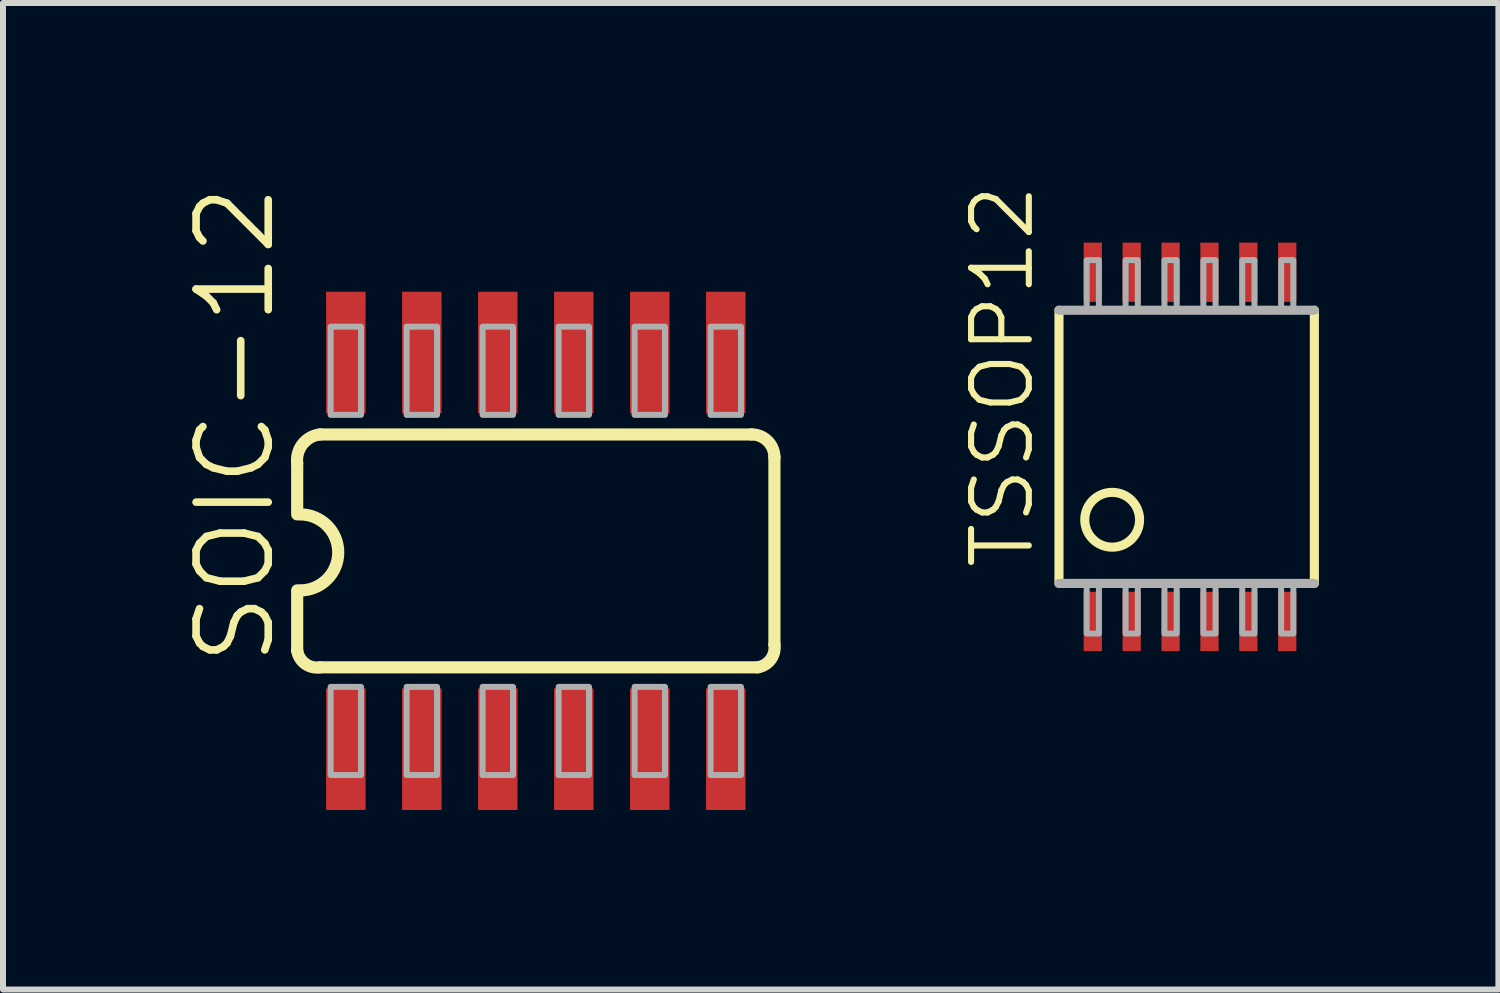
<source format=kicad_pcb>
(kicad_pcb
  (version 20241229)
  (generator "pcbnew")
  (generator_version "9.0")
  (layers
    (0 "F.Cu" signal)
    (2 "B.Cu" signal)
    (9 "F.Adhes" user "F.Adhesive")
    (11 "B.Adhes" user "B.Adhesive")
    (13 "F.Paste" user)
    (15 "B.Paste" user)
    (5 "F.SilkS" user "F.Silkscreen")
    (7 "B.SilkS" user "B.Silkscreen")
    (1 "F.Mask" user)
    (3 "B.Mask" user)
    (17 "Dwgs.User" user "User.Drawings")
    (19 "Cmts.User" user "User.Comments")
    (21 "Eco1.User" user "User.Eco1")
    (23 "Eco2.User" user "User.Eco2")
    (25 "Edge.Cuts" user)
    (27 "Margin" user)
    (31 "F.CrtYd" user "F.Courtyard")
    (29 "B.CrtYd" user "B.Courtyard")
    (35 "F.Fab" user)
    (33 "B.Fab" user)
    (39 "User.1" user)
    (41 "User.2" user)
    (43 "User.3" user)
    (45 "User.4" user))
  (footprint "SOIC-12"
    (layer "F.Cu")
    (at 5.905 6.157)
    (property "Reference" "SOIC-12" (at -4.318 1.968 90) (layer "F.SilkS") (effects (font (size 1.206 1.206) (thickness 0.127)) (justify left bottom)))
    (attr through_hole)
    (fp_line (start -3.988 -1.453) (end -3.988 -0.61) (stroke (width 0.203) (type solid)) (layer "F.SilkS"))
    (fp_line (start -3.988 1.665) (end -3.988 0.66) (stroke (width 0.203) (type solid)) (layer "F.SilkS"))
    (fp_line (start -3.607 1.946) (end 3.707 1.946) (stroke (width 0.203) (type solid)) (layer "F.SilkS"))
    (fp_line (start 3.607 -1.946) (end -3.607 -1.946) (stroke (width 0.203) (type solid)) (layer "F.SilkS"))
    (fp_line (start 3.988 1.565) (end 3.988 -1.565) (stroke (width 0.203) (type solid)) (layer "F.SilkS"))
    (fp_arc (start -3.9878 -1.4653) (mid -3.896948 -1.784731) (end -3.6068 -1.9463) (stroke (width 0.2032) (type solid)) (layer "F.SilkS"))
    (fp_arc (start -3.937 -0.6096) (mid -3.302 0.0254) (end -3.937 0.6604) (stroke (width 0.2032) (type solid)) (layer "F.SilkS"))
    (fp_arc (start -3.606799 1.946301) (mid -3.85554 1.884767) (end -3.9878 1.6653) (stroke (width 0.2032) (type solid)) (layer "F.SilkS"))
    (fp_arc (start 3.6068 -1.9463) (mid 3.876237 -1.834736) (end 3.9878 -1.565298) (stroke (width 0.2032) (type solid)) (layer "F.SilkS"))
    (fp_arc (start 3.9878 1.5653) (mid 3.926208 1.813997) (end 3.7068 1.9463) (stroke (width 0.2032) (type solid)) (layer "F.SilkS"))
    (fp_poly (pts (xy -3.429 -2.273) (xy -2.921 -2.273) (xy -2.921 -3.747) (xy -3.429 -3.747)) (stroke (width 0.1) (type solid)) (fill no) (layer "F.Fab"))
    (fp_poly (pts (xy -3.429 3.747) (xy -2.921 3.747) (xy -2.921 2.273) (xy -3.429 2.273)) (stroke (width 0.1) (type solid)) (fill no) (layer "F.Fab"))
    (fp_poly (pts (xy -2.159 -2.273) (xy -1.651 -2.273) (xy -1.651 -3.747) (xy -2.159 -3.747)) (stroke (width 0.1) (type solid)) (fill no) (layer "F.Fab"))
    (fp_poly (pts (xy -2.159 3.747) (xy -1.651 3.747) (xy -1.651 2.273) (xy -2.159 2.273)) (stroke (width 0.1) (type solid)) (fill no) (layer "F.Fab"))
    (fp_poly (pts (xy -0.889 -2.273) (xy -0.381 -2.273) (xy -0.381 -3.747) (xy -0.889 -3.747)) (stroke (width 0.1) (type solid)) (fill no) (layer "F.Fab"))
    (fp_poly (pts (xy -0.889 3.747) (xy -0.381 3.747) (xy -0.381 2.273) (xy -0.889 2.273)) (stroke (width 0.1) (type solid)) (fill no) (layer "F.Fab"))
    (fp_poly (pts (xy 0.381 -2.273) (xy 0.889 -2.273) (xy 0.889 -3.747) (xy 0.381 -3.747)) (stroke (width 0.1) (type solid)) (fill no) (layer "F.Fab"))
    (fp_poly (pts (xy 0.381 3.747) (xy 0.889 3.747) (xy 0.889 2.273) (xy 0.381 2.273)) (stroke (width 0.1) (type solid)) (fill no) (layer "F.Fab"))
    (fp_poly (pts (xy 1.651 -2.273) (xy 2.159 -2.273) (xy 2.159 -3.747) (xy 1.651 -3.747)) (stroke (width 0.1) (type solid)) (fill no) (layer "F.Fab"))
    (fp_poly (pts (xy 1.651 3.747) (xy 2.159 3.747) (xy 2.159 2.273) (xy 1.651 2.273)) (stroke (width 0.1) (type solid)) (fill no) (layer "F.Fab"))
    (fp_poly (pts (xy 2.921 -2.273) (xy 3.429 -2.273) (xy 3.429 -3.747) (xy 2.921 -3.747)) (stroke (width 0.1) (type solid)) (fill no) (layer "F.Fab"))
    (fp_poly (pts (xy 2.921 3.747) (xy 3.429 3.747) (xy 3.429 2.273) (xy 2.921 2.273)) (stroke (width 0.1) (type solid)) (fill no) (layer "F.Fab"))
    (pad "1" smd rect (at -3.175 3.315) (size 0.66 2.032) (layers "F.Cu" "F.Mask" "F.Paste"))
    (pad "2" smd rect (at -1.905 3.315) (size 0.66 2.032) (layers "F.Cu" "F.Mask" "F.Paste"))
    (pad "3" smd rect (at -0.635 3.315) (size 0.66 2.032) (layers "F.Cu" "F.Mask" "F.Paste"))
    (pad "4" smd rect (at 0.635 3.315) (size 0.66 2.032) (layers "F.Cu" "F.Mask" "F.Paste"))
    (pad "5" smd rect (at 1.905 3.315) (size 0.66 2.032) (layers "F.Cu" "F.Mask" "F.Paste"))
    (pad "6" smd rect (at 3.175 3.315) (size 0.66 2.032) (layers "F.Cu" "F.Mask" "F.Paste"))
    (pad "7" smd rect (at 3.175 -3.315) (size 0.66 2.032) (layers "F.Cu" "F.Mask" "F.Paste"))
    (pad "8" smd rect (at 1.905 -3.315) (size 0.66 2.032) (layers "F.Cu" "F.Mask" "F.Paste"))
    (pad "9" smd rect (at 0.635 -3.315) (size 0.66 2.032) (layers "F.Cu" "F.Mask" "F.Paste"))
    (pad "10" smd rect (at -0.635 -3.315) (size 0.66 2.032) (layers "F.Cu" "F.Mask" "F.Paste"))
    (pad "11" smd rect (at -1.905 -3.315) (size 0.66 2.032) (layers "F.Cu" "F.Mask" "F.Paste"))
    (pad "12" smd rect (at -3.175 -3.315) (size 0.66 2.032) (layers "F.Cu" "F.Mask" "F.Paste")))
  (footprint "TSSOP12"
    (layer "F.Cu")
    (at 17.164 4.418)
    (property "Reference" "TSSOP12" (at -2.896 2.083 90) (layer "F.SilkS") (effects (font (size 0.965 0.965) (thickness 0.102)) (justify left bottom)))
    (attr through_hole)
    (fp_line (start -2.515 2.283) (end -2.515 -2.283) (stroke (width 0.152) (type solid)) (layer "F.SilkS"))
    (fp_line (start 1.753 -2.283) (end 1.753 2.283) (stroke (width 0.152) (type solid)) (layer "F.SilkS"))
    (fp_circle (center -1.626 1.219) (end -1.168 1.219) (stroke (width 0.152) (type solid)) (fill no) (layer "F.SilkS"))
    (fp_line (start -2.515 2.283) (end 1.753 2.283) (stroke (width 0.152) (type solid)) (layer "F.Fab"))
    (fp_line (start 1.753 -2.283) (end -2.515 -2.283) (stroke (width 0.152) (type solid)) (layer "F.Fab"))
    (fp_poly (pts (xy -2.052 -2.283) (xy -1.848 -2.283) (xy -1.848 -3.121) (xy -2.052 -3.121)) (stroke (width 0.1) (type solid)) (fill no) (layer "F.Fab"))
    (fp_poly (pts (xy -2.052 3.121) (xy -1.848 3.121) (xy -1.848 2.283) (xy -2.052 2.283)) (stroke (width 0.1) (type solid)) (fill no) (layer "F.Fab"))
    (fp_poly (pts (xy -1.402 -2.283) (xy -1.198 -2.283) (xy -1.198 -3.121) (xy -1.402 -3.121)) (stroke (width 0.1) (type solid)) (fill no) (layer "F.Fab"))
    (fp_poly (pts (xy -1.402 3.121) (xy -1.198 3.121) (xy -1.198 2.283) (xy -1.402 2.283)) (stroke (width 0.1) (type solid)) (fill no) (layer "F.Fab"))
    (fp_poly (pts (xy -0.752 -2.283) (xy -0.548 -2.283) (xy -0.548 -3.121) (xy -0.752 -3.121)) (stroke (width 0.1) (type solid)) (fill no) (layer "F.Fab"))
    (fp_poly (pts (xy -0.752 3.121) (xy -0.548 3.121) (xy -0.548 2.283) (xy -0.752 2.283)) (stroke (width 0.1) (type solid)) (fill no) (layer "F.Fab"))
    (fp_poly (pts (xy -0.102 -2.283) (xy 0.102 -2.283) (xy 0.102 -3.121) (xy -0.102 -3.121)) (stroke (width 0.1) (type solid)) (fill no) (layer "F.Fab"))
    (fp_poly (pts (xy -0.102 3.121) (xy 0.102 3.121) (xy 0.102 2.283) (xy -0.102 2.283)) (stroke (width 0.1) (type solid)) (fill no) (layer "F.Fab"))
    (fp_poly (pts (xy 0.548 -2.283) (xy 0.752 -2.283) (xy 0.752 -3.121) (xy 0.548 -3.121)) (stroke (width 0.1) (type solid)) (fill no) (layer "F.Fab"))
    (fp_poly (pts (xy 0.548 3.121) (xy 0.752 3.121) (xy 0.752 2.283) (xy 0.548 2.283)) (stroke (width 0.1) (type solid)) (fill no) (layer "F.Fab"))
    (fp_poly (pts (xy 1.198 -2.283) (xy 1.402 -2.283) (xy 1.402 -3.121) (xy 1.198 -3.121)) (stroke (width 0.1) (type solid)) (fill no) (layer "F.Fab"))
    (fp_poly (pts (xy 1.198 3.121) (xy 1.402 3.121) (xy 1.402 2.283) (xy 1.198 2.283)) (stroke (width 0.1) (type solid)) (fill no) (layer "F.Fab"))
    (pad "1" smd rect (at -1.95 2.918) (size 0.305 0.991) (layers "F.Cu" "F.Mask" "F.Paste"))
    (pad "2" smd rect (at -1.3 2.918) (size 0.305 0.991) (layers "F.Cu" "F.Mask" "F.Paste"))
    (pad "3" smd rect (at -0.65 2.918) (size 0.305 0.991) (layers "F.Cu" "F.Mask" "F.Paste"))
    (pad "4" smd rect (at 0 2.918) (size 0.305 0.991) (layers "F.Cu" "F.Mask" "F.Paste"))
    (pad "5" smd rect (at 0.65 2.918) (size 0.305 0.991) (layers "F.Cu" "F.Mask" "F.Paste"))
    (pad "6" smd rect (at 1.3 2.918) (size 0.305 0.991) (layers "F.Cu" "F.Mask" "F.Paste"))
    (pad "7" smd rect (at 1.3 -2.918) (size 0.305 0.991) (layers "F.Cu" "F.Mask" "F.Paste"))
    (pad "8" smd rect (at 0.65 -2.918) (size 0.305 0.991) (layers "F.Cu" "F.Mask" "F.Paste"))
    (pad "9" smd rect (at 0 -2.918) (size 0.305 0.991) (layers "F.Cu" "F.Mask" "F.Paste"))
    (pad "10" smd rect (at -0.65 -2.918) (size 0.305 0.991) (layers "F.Cu" "F.Mask" "F.Paste"))
    (pad "11" smd rect (at -1.3 -2.918) (size 0.305 0.991) (layers "F.Cu" "F.Mask" "F.Paste"))
    (pad "12" smd rect (at -1.95 -2.918) (size 0.305 0.991) (layers "F.Cu" "F.Mask" "F.Paste")))
  (gr_rect
    (start -3 -3)
    (end 21.993 13.488)
    (stroke (width 0.1) (type default))
    (fill no)
    (layer "Edge.Cuts")))
</source>
